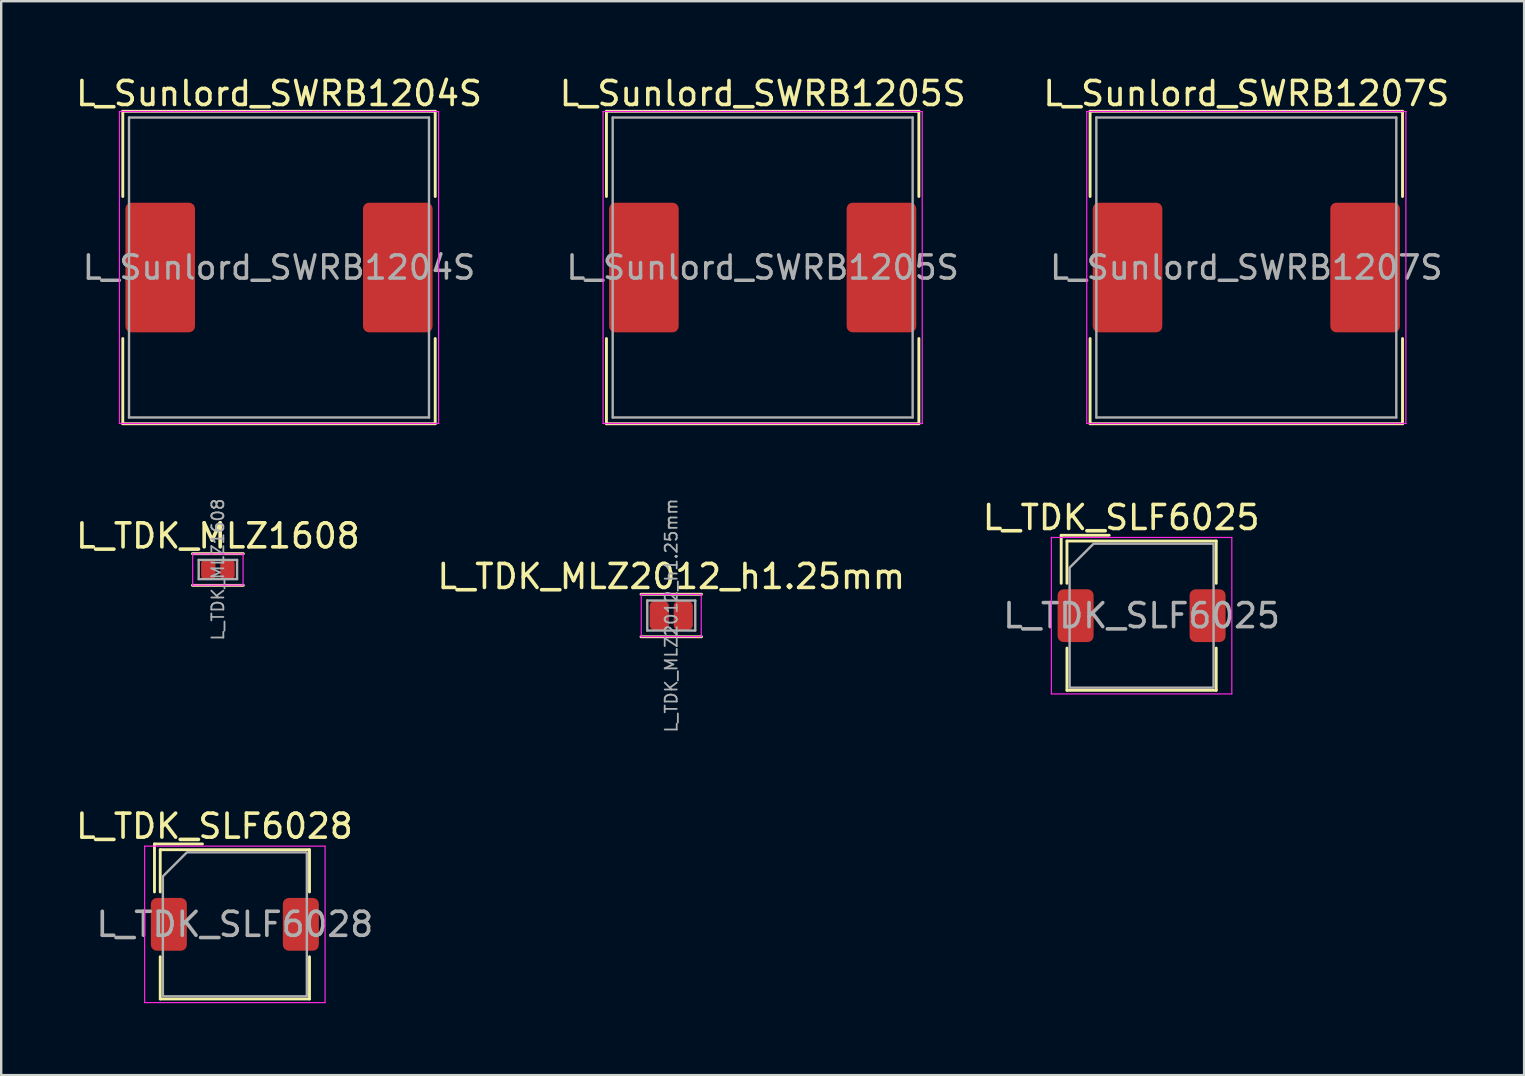
<source format=kicad_pcb>
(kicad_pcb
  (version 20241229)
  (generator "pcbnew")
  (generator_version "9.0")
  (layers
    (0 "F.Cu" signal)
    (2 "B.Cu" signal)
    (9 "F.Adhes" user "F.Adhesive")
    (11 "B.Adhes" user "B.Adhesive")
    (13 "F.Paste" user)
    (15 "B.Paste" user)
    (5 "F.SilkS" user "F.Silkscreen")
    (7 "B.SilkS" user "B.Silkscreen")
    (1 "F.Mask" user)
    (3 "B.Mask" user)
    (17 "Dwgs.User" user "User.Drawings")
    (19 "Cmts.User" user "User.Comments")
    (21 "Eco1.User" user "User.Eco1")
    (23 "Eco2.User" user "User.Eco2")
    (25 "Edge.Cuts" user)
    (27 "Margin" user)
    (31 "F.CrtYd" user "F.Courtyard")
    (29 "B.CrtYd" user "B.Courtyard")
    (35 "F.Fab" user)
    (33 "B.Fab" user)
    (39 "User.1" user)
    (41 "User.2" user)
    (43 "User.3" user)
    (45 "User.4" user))
  (footprint "L_Sunlord_SWRB1204S"
    (layer "F.Cu")
    (at 8.577 8.098)
    (property "Reference" "L_Sunlord_SWRB1204S" (at 0 -7.25 0) (layer "F.SilkS") (effects (font (size 1 1) (thickness 0.15))))
    (attr smd)
    (fp_line (start -6.51 -6.51) (end -6.51 -2.96) (stroke (width 0.12) (type solid)) (layer "F.SilkS"))
    (fp_line (start -6.51 -6.51) (end 6.51 -6.51) (stroke (width 0.12) (type solid)) (layer "F.SilkS"))
    (fp_line (start -6.51 6.51) (end -6.51 2.96) (stroke (width 0.12) (type solid)) (layer "F.SilkS"))
    (fp_line (start -6.51 6.51) (end 6.51 6.51) (stroke (width 0.12) (type solid)) (layer "F.SilkS"))
    (fp_line (start 6.51 -6.51) (end 6.51 -2.96) (stroke (width 0.12) (type solid)) (layer "F.SilkS"))
    (fp_line (start 6.51 6.51) (end 6.51 2.96) (stroke (width 0.12) (type solid)) (layer "F.SilkS"))
    (fp_line (start -6.65 -6.5) (end -6.65 6.5) (stroke (width 0.05) (type solid)) (layer "F.CrtYd"))
    (fp_line (start -6.65 6.5) (end 6.65 6.5) (stroke (width 0.05) (type solid)) (layer "F.CrtYd"))
    (fp_line (start 6.65 -6.5) (end -6.65 -6.5) (stroke (width 0.05) (type solid)) (layer "F.CrtYd"))
    (fp_line (start 6.65 6.5) (end 6.65 -6.5) (stroke (width 0.05) (type solid)) (layer "F.CrtYd"))
    (fp_line (start -6.25 -6.25) (end -6.25 6.25) (stroke (width 0.1) (type solid)) (layer "F.Fab"))
    (fp_line (start -6.25 6.25) (end 6.25 6.25) (stroke (width 0.1) (type solid)) (layer "F.Fab"))
    (fp_line (start 6.25 -6.25) (end -6.25 -6.25) (stroke (width 0.1) (type solid)) (layer "F.Fab"))
    (fp_line (start 6.25 6.25) (end 6.25 -6.25) (stroke (width 0.1) (type solid)) (layer "F.Fab"))
    (fp_text user "${REFERENCE}" (at 0 0 0) (layer "F.Fab") (effects (font (size 0.967 0.967) (thickness 0.145))))
    (pad "1" smd roundrect (at -4.95 0) (size 2.9 5.4) (layers "F.Cu" "F.Mask" "F.Paste") (roundrect_rratio 0.086))
    (pad "2" smd roundrect (at 4.95 0) (size 2.9 5.4) (layers "F.Cu" "F.Mask" "F.Paste") (roundrect_rratio 0.086)))
  (footprint "L_Sunlord_SWRB1205S"
    (layer "F.Cu")
    (at 28.732 8.098)
    (property "Reference" "L_Sunlord_SWRB1205S" (at 0 -7.25 0) (layer "F.SilkS") (effects (font (size 1 1) (thickness 0.15))))
    (attr smd)
    (fp_line (start -6.51 -6.51) (end -6.51 -2.96) (stroke (width 0.12) (type solid)) (layer "F.SilkS"))
    (fp_line (start -6.51 -6.51) (end 6.51 -6.51) (stroke (width 0.12) (type solid)) (layer "F.SilkS"))
    (fp_line (start -6.51 6.51) (end -6.51 2.96) (stroke (width 0.12) (type solid)) (layer "F.SilkS"))
    (fp_line (start -6.51 6.51) (end 6.51 6.51) (stroke (width 0.12) (type solid)) (layer "F.SilkS"))
    (fp_line (start 6.51 -6.51) (end 6.51 -2.96) (stroke (width 0.12) (type solid)) (layer "F.SilkS"))
    (fp_line (start 6.51 6.51) (end 6.51 2.96) (stroke (width 0.12) (type solid)) (layer "F.SilkS"))
    (fp_line (start -6.65 -6.5) (end -6.65 6.5) (stroke (width 0.05) (type solid)) (layer "F.CrtYd"))
    (fp_line (start -6.65 6.5) (end 6.65 6.5) (stroke (width 0.05) (type solid)) (layer "F.CrtYd"))
    (fp_line (start 6.65 -6.5) (end -6.65 -6.5) (stroke (width 0.05) (type solid)) (layer "F.CrtYd"))
    (fp_line (start 6.65 6.5) (end 6.65 -6.5) (stroke (width 0.05) (type solid)) (layer "F.CrtYd"))
    (fp_line (start -6.25 -6.25) (end -6.25 6.25) (stroke (width 0.1) (type solid)) (layer "F.Fab"))
    (fp_line (start -6.25 6.25) (end 6.25 6.25) (stroke (width 0.1) (type solid)) (layer "F.Fab"))
    (fp_line (start 6.25 -6.25) (end -6.25 -6.25) (stroke (width 0.1) (type solid)) (layer "F.Fab"))
    (fp_line (start 6.25 6.25) (end 6.25 -6.25) (stroke (width 0.1) (type solid)) (layer "F.Fab"))
    (fp_text user "${REFERENCE}" (at 0 0 0) (layer "F.Fab") (effects (font (size 0.967 0.967) (thickness 0.145))))
    (pad "1" smd roundrect (at -4.95 0) (size 2.9 5.4) (layers "F.Cu" "F.Mask" "F.Paste") (roundrect_rratio 0.086))
    (pad "2" smd roundrect (at 4.95 0) (size 2.9 5.4) (layers "F.Cu" "F.Mask" "F.Paste") (roundrect_rratio 0.086)))
  (footprint "L_TDK_SLF6025"
    (layer "F.Cu")
    (at 44.523 22.607)
    (property "Reference" "L_TDK_SLF6025" (at -0.85 -4.09 0) (layer "F.SilkS") (effects (font (size 1 1) (thickness 0.15))))
    (attr smd)
    (fp_line (start -3.35 -3.35) (end -1.35 -3.35) (stroke (width 0.12) (type solid)) (layer "F.SilkS"))
    (fp_line (start -3.35 -1.35) (end -3.35 -3.35) (stroke (width 0.12) (type solid)) (layer "F.SilkS"))
    (fp_line (start -3.11 -3.11) (end -3.11 -1.35) (stroke (width 0.12) (type solid)) (layer "F.SilkS"))
    (fp_line (start -3.11 -3.11) (end 3.11 -3.11) (stroke (width 0.12) (type solid)) (layer "F.SilkS"))
    (fp_line (start -3.11 1.35) (end -3.11 3.11) (stroke (width 0.12) (type solid)) (layer "F.SilkS"))
    (fp_line (start -3.11 3.11) (end 3.11 3.11) (stroke (width 0.12) (type solid)) (layer "F.SilkS"))
    (fp_line (start 3.11 -3.11) (end 3.11 -1.35) (stroke (width 0.12) (type solid)) (layer "F.SilkS"))
    (fp_line (start 3.11 1.35) (end 3.11 3.11) (stroke (width 0.12) (type solid)) (layer "F.SilkS"))
    (fp_line (start -3.76 -3.26) (end -3.76 3.26) (stroke (width 0.05) (type solid)) (layer "F.CrtYd"))
    (fp_line (start -3.76 3.26) (end 3.76 3.26) (stroke (width 0.05) (type solid)) (layer "F.CrtYd"))
    (fp_line (start 3.76 -3.26) (end -3.76 -3.26) (stroke (width 0.05) (type solid)) (layer "F.CrtYd"))
    (fp_line (start 3.76 3.26) (end 3.76 -3.26) (stroke (width 0.05) (type solid)) (layer "F.CrtYd"))
    (fp_poly (pts (xy -3 -2) (xy -3 3) (xy 3 3) (xy 3 -3) (xy -2 -3)) (stroke (width 0.1) (type solid)) (fill no) (layer "F.Fab"))
    (fp_text user "${REFERENCE}" (at 0 0 0) (layer "F.Fab") (effects (font (size 1 1) (thickness 0.15))))
    (pad "1" smd roundrect (at -2.75 0) (size 1.5 2.2) (layers "F.Cu" "F.Mask" "F.Paste") (roundrect_rratio 0.167))
    (pad "2" smd roundrect (at 2.75 0) (size 1.5 2.2) (layers "F.Cu" "F.Mask" "F.Paste") (roundrect_rratio 0.167)))
  (footprint "L_Sunlord_SWRB1207S"
    (layer "F.Cu")
    (at 48.887 8.098)
    (property "Reference" "L_Sunlord_SWRB1207S" (at 0 -7.25 0) (layer "F.SilkS") (effects (font (size 1 1) (thickness 0.15))))
    (attr smd)
    (fp_line (start -6.51 -6.51) (end -6.51 -2.96) (stroke (width 0.12) (type solid)) (layer "F.SilkS"))
    (fp_line (start -6.51 -6.51) (end 6.51 -6.51) (stroke (width 0.12) (type solid)) (layer "F.SilkS"))
    (fp_line (start -6.51 6.51) (end -6.51 2.96) (stroke (width 0.12) (type solid)) (layer "F.SilkS"))
    (fp_line (start -6.51 6.51) (end 6.51 6.51) (stroke (width 0.12) (type solid)) (layer "F.SilkS"))
    (fp_line (start 6.51 -6.51) (end 6.51 -2.96) (stroke (width 0.12) (type solid)) (layer "F.SilkS"))
    (fp_line (start 6.51 6.51) (end 6.51 2.96) (stroke (width 0.12) (type solid)) (layer "F.SilkS"))
    (fp_line (start -6.65 -6.5) (end -6.65 6.5) (stroke (width 0.05) (type solid)) (layer "F.CrtYd"))
    (fp_line (start -6.65 6.5) (end 6.65 6.5) (stroke (width 0.05) (type solid)) (layer "F.CrtYd"))
    (fp_line (start 6.65 -6.5) (end -6.65 -6.5) (stroke (width 0.05) (type solid)) (layer "F.CrtYd"))
    (fp_line (start 6.65 6.5) (end 6.65 -6.5) (stroke (width 0.05) (type solid)) (layer "F.CrtYd"))
    (fp_line (start -6.25 -6.25) (end -6.25 6.25) (stroke (width 0.1) (type solid)) (layer "F.Fab"))
    (fp_line (start -6.25 6.25) (end 6.25 6.25) (stroke (width 0.1) (type solid)) (layer "F.Fab"))
    (fp_line (start 6.25 -6.25) (end -6.25 -6.25) (stroke (width 0.1) (type solid)) (layer "F.Fab"))
    (fp_line (start 6.25 6.25) (end 6.25 -6.25) (stroke (width 0.1) (type solid)) (layer "F.Fab"))
    (fp_text user "${REFERENCE}" (at 0 0 0) (layer "F.Fab") (effects (font (size 0.967 0.967) (thickness 0.145))))
    (pad "1" smd roundrect (at -4.95 0) (size 2.9 5.4) (layers "F.Cu" "F.Mask" "F.Paste") (roundrect_rratio 0.086))
    (pad "2" smd roundrect (at 4.95 0) (size 2.9 5.4) (layers "F.Cu" "F.Mask" "F.Paste") (roundrect_rratio 0.086)))
  (footprint "L_TDK_MLZ2012_h1.25mm"
    (layer "F.Cu")
    (at 24.923 22.6)
    (property "Reference" "L_TDK_MLZ2012_h1.25mm" (at 0 -1.625 0) (layer "F.SilkS") (effects (font (size 1 1) (thickness 0.15))))
    (attr smd)
    (fp_line (start -1.26 -0.885) (end 1.26 -0.885) (stroke (width 0.12) (type solid)) (layer "F.SilkS"))
    (fp_line (start -1.26 0.885) (end 1.26 0.885) (stroke (width 0.12) (type solid)) (layer "F.SilkS"))
    (fp_line (start -1.25 -0.88) (end -1.25 0.88) (stroke (width 0.05) (type solid)) (layer "F.CrtYd"))
    (fp_line (start -1.25 0.88) (end 1.25 0.88) (stroke (width 0.05) (type solid)) (layer "F.CrtYd"))
    (fp_line (start 1.25 -0.88) (end -1.25 -0.88) (stroke (width 0.05) (type solid)) (layer "F.CrtYd"))
    (fp_line (start 1.25 0.88) (end 1.25 -0.88) (stroke (width 0.05) (type solid)) (layer "F.CrtYd"))
    (fp_line (start -1 -0.625) (end -1 0.625) (stroke (width 0.1) (type solid)) (layer "F.Fab"))
    (fp_line (start -1 0.625) (end 1 0.625) (stroke (width 0.1) (type solid)) (layer "F.Fab"))
    (fp_line (start 1 -0.625) (end -1 -0.625) (stroke (width 0.1) (type solid)) (layer "F.Fab"))
    (fp_line (start 1 0.625) (end 1 -0.625) (stroke (width 0.1) (type solid)) (layer "F.Fab"))
    (fp_text user "${REFERENCE}" (at 0 0 90) (layer "F.Fab") (effects (font (size 0.5 0.5) (thickness 0.075))))
    (pad "1" smd roundrect (at -0.5 0) (size 0.8 1.2) (layers "F.Cu" "F.Mask" "F.Paste") (roundrect_rratio 0.25))
    (pad "2" smd roundrect (at 0.5 0) (size 0.8 1.2) (layers "F.Cu" "F.Mask" "F.Paste") (roundrect_rratio 0.25)))
  (footprint "L_TDK_SLF6028"
    (layer "F.Cu")
    (at 6.737 35.47)
    (property "Reference" "L_TDK_SLF6028" (at -0.85 -4.09 0) (layer "F.SilkS") (effects (font (size 1 1) (thickness 0.15))))
    (attr smd)
    (fp_line (start -3.35 -3.35) (end -1.35 -3.35) (stroke (width 0.12) (type solid)) (layer "F.SilkS"))
    (fp_line (start -3.35 -1.35) (end -3.35 -3.35) (stroke (width 0.12) (type solid)) (layer "F.SilkS"))
    (fp_line (start -3.11 -3.11) (end -3.11 -1.35) (stroke (width 0.12) (type solid)) (layer "F.SilkS"))
    (fp_line (start -3.11 -3.11) (end 3.11 -3.11) (stroke (width 0.12) (type solid)) (layer "F.SilkS"))
    (fp_line (start -3.11 1.35) (end -3.11 3.11) (stroke (width 0.12) (type solid)) (layer "F.SilkS"))
    (fp_line (start -3.11 3.11) (end 3.11 3.11) (stroke (width 0.12) (type solid)) (layer "F.SilkS"))
    (fp_line (start 3.11 -3.11) (end 3.11 -1.35) (stroke (width 0.12) (type solid)) (layer "F.SilkS"))
    (fp_line (start 3.11 1.35) (end 3.11 3.11) (stroke (width 0.12) (type solid)) (layer "F.SilkS"))
    (fp_line (start -3.76 -3.26) (end -3.76 3.26) (stroke (width 0.05) (type solid)) (layer "F.CrtYd"))
    (fp_line (start -3.76 3.26) (end 3.76 3.26) (stroke (width 0.05) (type solid)) (layer "F.CrtYd"))
    (fp_line (start 3.76 -3.26) (end -3.76 -3.26) (stroke (width 0.05) (type solid)) (layer "F.CrtYd"))
    (fp_line (start 3.76 3.26) (end 3.76 -3.26) (stroke (width 0.05) (type solid)) (layer "F.CrtYd"))
    (fp_poly (pts (xy -3 -2) (xy -3 3) (xy 3 3) (xy 3 -3) (xy -2 -3)) (stroke (width 0.1) (type solid)) (fill no) (layer "F.Fab"))
    (fp_text user "${REFERENCE}" (at 0 0 0) (layer "F.Fab") (effects (font (size 1 1) (thickness 0.15))))
    (pad "1" smd roundrect (at -2.75 0) (size 1.5 2.2) (layers "F.Cu" "F.Mask" "F.Paste") (roundrect_rratio 0.167))
    (pad "2" smd roundrect (at 2.75 0) (size 1.5 2.2) (layers "F.Cu" "F.Mask" "F.Paste") (roundrect_rratio 0.167)))
  (footprint "L_TDK_MLZ1608"
    (layer "F.Cu")
    (at 6.03 20.683)
    (property "Reference" "L_TDK_MLZ1608" (at 0 -1.4 0) (layer "F.SilkS") (effects (font (size 1 1) (thickness 0.15))))
    (attr smd)
    (fp_line (start -1.06 -0.66) (end 1.06 -0.66) (stroke (width 0.12) (type solid)) (layer "F.SilkS"))
    (fp_line (start -1.06 0.66) (end 1.06 0.66) (stroke (width 0.12) (type solid)) (layer "F.SilkS"))
    (fp_line (start -1.05 -0.65) (end -1.05 0.65) (stroke (width 0.05) (type solid)) (layer "F.CrtYd"))
    (fp_line (start -1.05 0.65) (end 1.05 0.65) (stroke (width 0.05) (type solid)) (layer "F.CrtYd"))
    (fp_line (start 1.05 -0.65) (end -1.05 -0.65) (stroke (width 0.05) (type solid)) (layer "F.CrtYd"))
    (fp_line (start 1.05 0.65) (end 1.05 -0.65) (stroke (width 0.05) (type solid)) (layer "F.CrtYd"))
    (fp_line (start -0.8 -0.4) (end -0.8 0.4) (stroke (width 0.1) (type solid)) (layer "F.Fab"))
    (fp_line (start -0.8 0.4) (end 0.8 0.4) (stroke (width 0.1) (type solid)) (layer "F.Fab"))
    (fp_line (start 0.8 -0.4) (end -0.8 -0.4) (stroke (width 0.1) (type solid)) (layer "F.Fab"))
    (fp_line (start 0.8 0.4) (end 0.8 -0.4) (stroke (width 0.1) (type solid)) (layer "F.Fab"))
    (fp_text user "${REFERENCE}" (at 0 0 90) (layer "F.Fab") (effects (font (size 0.5 0.5) (thickness 0.075))))
    (pad "1" smd roundrect (at -0.4 0) (size 0.6 0.8) (layers "F.Cu" "F.Mask" "F.Paste") (roundrect_rratio 0.25))
    (pad "2" smd roundrect (at 0.4 0) (size 0.6 0.8) (layers "F.Cu" "F.Mask" "F.Paste") (roundrect_rratio 0.25)))
  (gr_rect
    (start -3 -3)
    (end 60.464 41.755)
    (stroke (width 0.1) (type default))
    (fill no)
    (layer "Edge.Cuts")))
</source>
